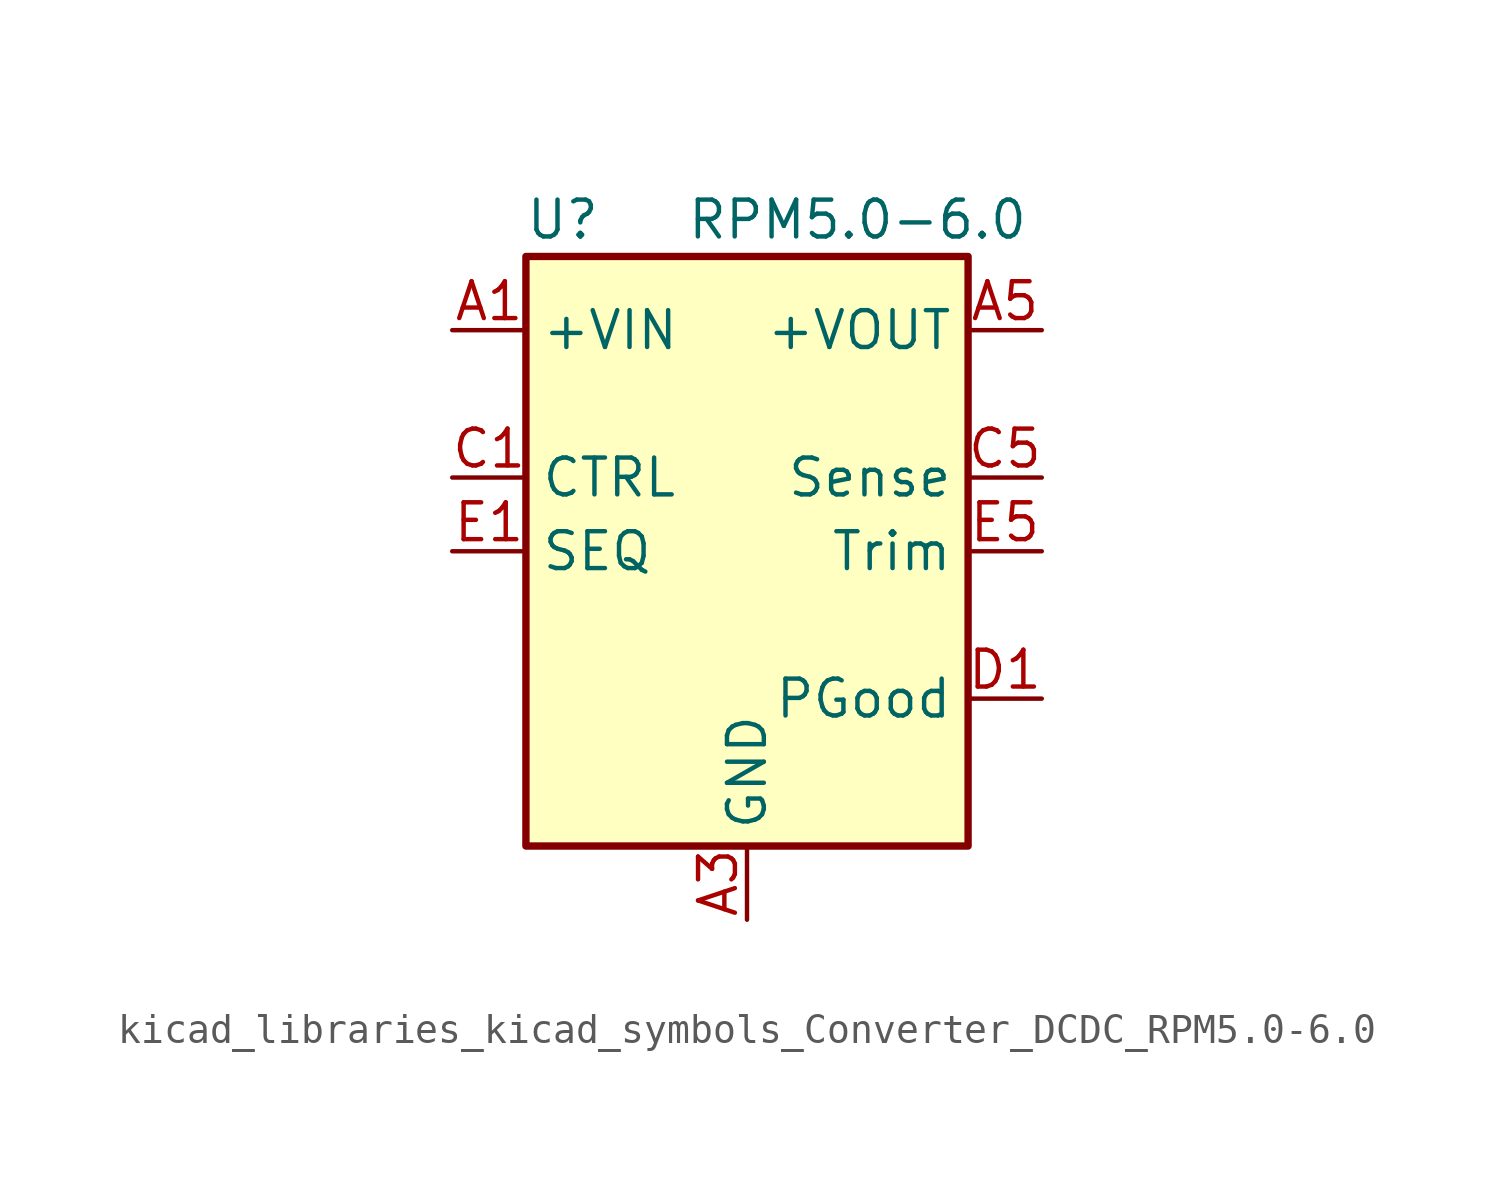
<source format=kicad_sym>
(kicad_symbol_lib
  (version 20220914)
  (generator kicad_symbol_editor)
  (symbol "kicad_libraries_kicad_symbols_Converter_DCDC_RPM5.0-6.0"
    (property "Reference" "U"
      (at -6.35 11.43 0)
      (effects (font (size 1.27 1.27))))
    (property "Value" "RPM5.0-6.0"
      (at 3.81 11.43 0)
      (effects (font (size 1.27 1.27))))
    (symbol "kicad_libraries_kicad_symbols_Converter_DCDC_RPM5.0-6.0_0_1"
      (rectangle (start -7.62 10.16) (end 7.62 -10.16) (stroke (width 0.254) (type default)) (fill (type background))))
    (symbol "kicad_libraries_kicad_symbols_Converter_DCDC_RPM5.0-6.0_1_1"
      (pin power_in line (at -10.16 7.62 0) (length 2.54) (name "+VIN" (effects (font (size 1.27 1.27)))) (number "A1" (effects (font (size 1.27 1.27)))))
      (pin passive line (at -10.16 7.62 0) (length 2.54) hide (name "+VIN" (effects (font (size 1.27 1.27)))) (number "A2" (effects (font (size 1.27 1.27)))))
      (pin power_in line (at 0 -12.7 90) (length 2.54) (name "GND" (effects (font (size 1.27 1.27)))) (number "A3" (effects (font (size 1.27 1.27)))))
      (pin passive line (at 0 -12.7 90) (length 2.54) hide (name "GND" (effects (font (size 1.27 1.27)))) (number "A4" (effects (font (size 1.27 1.27)))))
      (pin power_out line (at 10.16 7.62 180) (length 2.54) (name "+VOUT" (effects (font (size 1.27 1.27)))) (number "A5" (effects (font (size 1.27 1.27)))))
      (pin passive line (at 0 -12.7 90) (length 2.54) hide (name "GND" (effects (font (size 1.27 1.27)))) (number "B1" (effects (font (size 1.27 1.27)))))
      (pin passive line (at 0 -12.7 90) (length 2.54) hide (name "GND" (effects (font (size 1.27 1.27)))) (number "B2" (effects (font (size 1.27 1.27)))))
      (pin passive line (at 0 -12.7 90) (length 2.54) hide (name "GND" (effects (font (size 1.27 1.27)))) (number "B3" (effects (font (size 1.27 1.27)))))
      (pin passive line (at 0 -12.7 90) (length 2.54) hide (name "GND" (effects (font (size 1.27 1.27)))) (number "B4" (effects (font (size 1.27 1.27)))))
      (pin passive line (at 10.16 7.62 180) (length 2.54) hide (name "+VOUT" (effects (font (size 1.27 1.27)))) (number "B5" (effects (font (size 1.27 1.27)))))
      (pin input line (at -10.16 2.54 0) (length 2.54) (name "CTRL" (effects (font (size 1.27 1.27)))) (number "C1" (effects (font (size 1.27 1.27)))))
      (pin passive line (at 0 -12.7 90) (length 2.54) hide (name "GND" (effects (font (size 1.27 1.27)))) (number "C2" (effects (font (size 1.27 1.27)))))
      (pin passive line (at 0 -12.7 90) (length 2.54) hide (name "GND" (effects (font (size 1.27 1.27)))) (number "C3" (effects (font (size 1.27 1.27)))))
      (pin passive line (at 0 -12.7 90) (length 2.54) hide (name "GND" (effects (font (size 1.27 1.27)))) (number "C4" (effects (font (size 1.27 1.27)))))
      (pin input line (at 10.16 2.54 180) (length 2.54) (name "Sense" (effects (font (size 1.27 1.27)))) (number "C5" (effects (font (size 1.27 1.27)))))
      (pin output line (at 10.16 -5.08 180) (length 2.54) (name "PGood" (effects (font (size 1.27 1.27)))) (number "D1" (effects (font (size 1.27 1.27)))))
      (pin passive line (at 0 -12.7 90) (length 2.54) hide (name "GND" (effects (font (size 1.27 1.27)))) (number "D2" (effects (font (size 1.27 1.27)))))
      (pin passive line (at 0 -12.7 90) (length 2.54) hide (name "GND" (effects (font (size 1.27 1.27)))) (number "D3" (effects (font (size 1.27 1.27)))))
      (pin passive line (at 0 -12.7 90) (length 2.54) hide (name "GND" (effects (font (size 1.27 1.27)))) (number "D4" (effects (font (size 1.27 1.27)))))
      (pin passive line (at 0 -12.7 90) (length 2.54) hide (name "GND" (effects (font (size 1.27 1.27)))) (number "D5" (effects (font (size 1.27 1.27)))))
      (pin passive line (at -10.16 0 0) (length 2.54) (name "SEQ" (effects (font (size 1.27 1.27)))) (number "E1" (effects (font (size 1.27 1.27)))))
      (pin no_connect line (at -7.62 -5.08 0) (length 2.54) hide (name "NC" (effects (font (size 1.27 1.27)))) (number "E2" (effects (font (size 1.27 1.27)))))
      (pin passive line (at 0 -12.7 90) (length 2.54) hide (name "GND" (effects (font (size 1.27 1.27)))) (number "E3" (effects (font (size 1.27 1.27)))))
      (pin passive line (at 0 -12.7 90) (length 2.54) hide (name "GND" (effects (font (size 1.27 1.27)))) (number "E4" (effects (font (size 1.27 1.27)))))
      (pin input line (at 10.16 0 180) (length 2.54) (name "Trim" (effects (font (size 1.27 1.27)))) (number "E5" (effects (font (size 1.27 1.27))))))))
</source>
